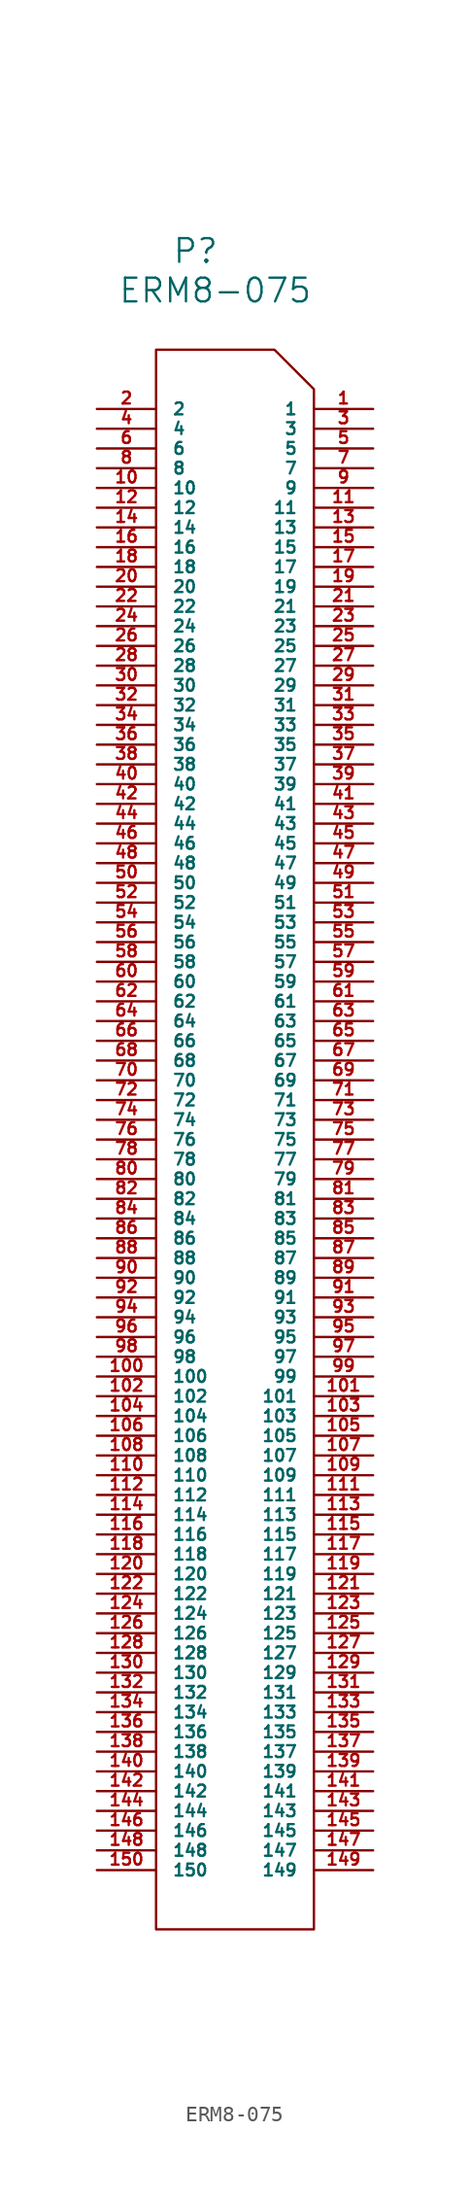
<source format=kicad_sym>
(kicad_symbol_lib
  (version 20211014)
  (generator kicad_symbol_editor)
  (symbol "ERM8-075"
    (pin_names
      (offset 1.016))
    (property "Reference" "P"
      (at -2.54 57.15 0)
      (effects (font (size 1.524 1.524))))
    (property "Value" "ERM8-075"
      (at -1.27 54.61 0)
      (effects (font (size 1.524 1.524))))
    (symbol "ERM8-075_0_1"
      (polyline (pts (xy -5.08 50.8) (xy 2.54 50.8) (xy 5.08 48.26) (xy 5.08 -50.8) (xy -5.08 -50.8) (xy -5.08 50.8)) (stroke (width 0) (type default) (color 0 0 0 0)) (fill (type none))))
    (symbol "ERM8-075_1_1"
      (pin input line (at 8.89 46.99 180) (length 3.81) (name "1" (effects (font (size 0.762 0.762)))) (number "1" (effects (font (size 0.762 0.762)))))
      (pin input line (at -8.89 41.91 0) (length 3.81) (name "10" (effects (font (size 0.762 0.762)))) (number "10" (effects (font (size 0.762 0.762)))))
      (pin input line (at -8.89 -15.24 0) (length 3.81) (name "100" (effects (font (size 0.762 0.762)))) (number "100" (effects (font (size 0.762 0.762)))))
      (pin input line (at 8.89 -16.51 180) (length 3.81) (name "101" (effects (font (size 0.762 0.762)))) (number "101" (effects (font (size 0.762 0.762)))))
      (pin input line (at -8.89 -16.51 0) (length 3.81) (name "102" (effects (font (size 0.762 0.762)))) (number "102" (effects (font (size 0.762 0.762)))))
      (pin input line (at 8.89 -17.78 180) (length 3.81) (name "103" (effects (font (size 0.762 0.762)))) (number "103" (effects (font (size 0.762 0.762)))))
      (pin input line (at -8.89 -17.78 0) (length 3.81) (name "104" (effects (font (size 0.762 0.762)))) (number "104" (effects (font (size 0.762 0.762)))))
      (pin input line (at 8.89 -19.05 180) (length 3.81) (name "105" (effects (font (size 0.762 0.762)))) (number "105" (effects (font (size 0.762 0.762)))))
      (pin input line (at -8.89 -19.05 0) (length 3.81) (name "106" (effects (font (size 0.762 0.762)))) (number "106" (effects (font (size 0.762 0.762)))))
      (pin input line (at 8.89 -20.32 180) (length 3.81) (name "107" (effects (font (size 0.762 0.762)))) (number "107" (effects (font (size 0.762 0.762)))))
      (pin input line (at -8.89 -20.32 0) (length 3.81) (name "108" (effects (font (size 0.762 0.762)))) (number "108" (effects (font (size 0.762 0.762)))))
      (pin input line (at 8.89 -21.59 180) (length 3.81) (name "109" (effects (font (size 0.762 0.762)))) (number "109" (effects (font (size 0.762 0.762)))))
      (pin input line (at 8.89 40.64 180) (length 3.81) (name "11" (effects (font (size 0.762 0.762)))) (number "11" (effects (font (size 0.762 0.762)))))
      (pin input line (at -8.89 -21.59 0) (length 3.81) (name "110" (effects (font (size 0.762 0.762)))) (number "110" (effects (font (size 0.762 0.762)))))
      (pin input line (at 8.89 -22.86 180) (length 3.81) (name "111" (effects (font (size 0.762 0.762)))) (number "111" (effects (font (size 0.762 0.762)))))
      (pin input line (at -8.89 -22.86 0) (length 3.81) (name "112" (effects (font (size 0.762 0.762)))) (number "112" (effects (font (size 0.762 0.762)))))
      (pin input line (at 8.89 -24.13 180) (length 3.81) (name "113" (effects (font (size 0.762 0.762)))) (number "113" (effects (font (size 0.762 0.762)))))
      (pin input line (at -8.89 -24.13 0) (length 3.81) (name "114" (effects (font (size 0.762 0.762)))) (number "114" (effects (font (size 0.762 0.762)))))
      (pin input line (at 8.89 -25.4 180) (length 3.81) (name "115" (effects (font (size 0.762 0.762)))) (number "115" (effects (font (size 0.762 0.762)))))
      (pin input line (at -8.89 -25.4 0) (length 3.81) (name "116" (effects (font (size 0.762 0.762)))) (number "116" (effects (font (size 0.762 0.762)))))
      (pin input line (at 8.89 -26.67 180) (length 3.81) (name "117" (effects (font (size 0.762 0.762)))) (number "117" (effects (font (size 0.762 0.762)))))
      (pin input line (at -8.89 -26.67 0) (length 3.81) (name "118" (effects (font (size 0.762 0.762)))) (number "118" (effects (font (size 0.762 0.762)))))
      (pin input line (at 8.89 -27.94 180) (length 3.81) (name "119" (effects (font (size 0.762 0.762)))) (number "119" (effects (font (size 0.762 0.762)))))
      (pin input line (at -8.89 40.64 0) (length 3.81) (name "12" (effects (font (size 0.762 0.762)))) (number "12" (effects (font (size 0.762 0.762)))))
      (pin input line (at -8.89 -27.94 0) (length 3.81) (name "120" (effects (font (size 0.762 0.762)))) (number "120" (effects (font (size 0.762 0.762)))))
      (pin input line (at 8.89 -29.21 180) (length 3.81) (name "121" (effects (font (size 0.762 0.762)))) (number "121" (effects (font (size 0.762 0.762)))))
      (pin input line (at -8.89 -29.21 0) (length 3.81) (name "122" (effects (font (size 0.762 0.762)))) (number "122" (effects (font (size 0.762 0.762)))))
      (pin input line (at 8.89 -30.48 180) (length 3.81) (name "123" (effects (font (size 0.762 0.762)))) (number "123" (effects (font (size 0.762 0.762)))))
      (pin input line (at -8.89 -30.48 0) (length 3.81) (name "124" (effects (font (size 0.762 0.762)))) (number "124" (effects (font (size 0.762 0.762)))))
      (pin input line (at 8.89 -31.75 180) (length 3.81) (name "125" (effects (font (size 0.762 0.762)))) (number "125" (effects (font (size 0.762 0.762)))))
      (pin input line (at -8.89 -31.75 0) (length 3.81) (name "126" (effects (font (size 0.762 0.762)))) (number "126" (effects (font (size 0.762 0.762)))))
      (pin input line (at 8.89 -33.02 180) (length 3.81) (name "127" (effects (font (size 0.762 0.762)))) (number "127" (effects (font (size 0.762 0.762)))))
      (pin input line (at -8.89 -33.02 0) (length 3.81) (name "128" (effects (font (size 0.762 0.762)))) (number "128" (effects (font (size 0.762 0.762)))))
      (pin input line (at 8.89 -34.29 180) (length 3.81) (name "129" (effects (font (size 0.762 0.762)))) (number "129" (effects (font (size 0.762 0.762)))))
      (pin input line (at 8.89 39.37 180) (length 3.81) (name "13" (effects (font (size 0.762 0.762)))) (number "13" (effects (font (size 0.762 0.762)))))
      (pin input line (at -8.89 -34.29 0) (length 3.81) (name "130" (effects (font (size 0.762 0.762)))) (number "130" (effects (font (size 0.762 0.762)))))
      (pin input line (at 8.89 -35.56 180) (length 3.81) (name "131" (effects (font (size 0.762 0.762)))) (number "131" (effects (font (size 0.762 0.762)))))
      (pin input line (at -8.89 -35.56 0) (length 3.81) (name "132" (effects (font (size 0.762 0.762)))) (number "132" (effects (font (size 0.762 0.762)))))
      (pin input line (at 8.89 -36.83 180) (length 3.81) (name "133" (effects (font (size 0.762 0.762)))) (number "133" (effects (font (size 0.762 0.762)))))
      (pin input line (at -8.89 -36.83 0) (length 3.81) (name "134" (effects (font (size 0.762 0.762)))) (number "134" (effects (font (size 0.762 0.762)))))
      (pin input line (at 8.89 -38.1 180) (length 3.81) (name "135" (effects (font (size 0.762 0.762)))) (number "135" (effects (font (size 0.762 0.762)))))
      (pin input line (at -8.89 -38.1 0) (length 3.81) (name "136" (effects (font (size 0.762 0.762)))) (number "136" (effects (font (size 0.762 0.762)))))
      (pin input line (at 8.89 -39.37 180) (length 3.81) (name "137" (effects (font (size 0.762 0.762)))) (number "137" (effects (font (size 0.762 0.762)))))
      (pin input line (at -8.89 -39.37 0) (length 3.81) (name "138" (effects (font (size 0.762 0.762)))) (number "138" (effects (font (size 0.762 0.762)))))
      (pin input line (at 8.89 -40.64 180) (length 3.81) (name "139" (effects (font (size 0.762 0.762)))) (number "139" (effects (font (size 0.762 0.762)))))
      (pin input line (at -8.89 39.37 0) (length 3.81) (name "14" (effects (font (size 0.762 0.762)))) (number "14" (effects (font (size 0.762 0.762)))))
      (pin input line (at -8.89 -40.64 0) (length 3.81) (name "140" (effects (font (size 0.762 0.762)))) (number "140" (effects (font (size 0.762 0.762)))))
      (pin input line (at 8.89 -41.91 180) (length 3.81) (name "141" (effects (font (size 0.762 0.762)))) (number "141" (effects (font (size 0.762 0.762)))))
      (pin input line (at -8.89 -41.91 0) (length 3.81) (name "142" (effects (font (size 0.762 0.762)))) (number "142" (effects (font (size 0.762 0.762)))))
      (pin input line (at 8.89 -43.18 180) (length 3.81) (name "143" (effects (font (size 0.762 0.762)))) (number "143" (effects (font (size 0.762 0.762)))))
      (pin input line (at -8.89 -43.18 0) (length 3.81) (name "144" (effects (font (size 0.762 0.762)))) (number "144" (effects (font (size 0.762 0.762)))))
      (pin input line (at 8.89 -44.45 180) (length 3.81) (name "145" (effects (font (size 0.762 0.762)))) (number "145" (effects (font (size 0.762 0.762)))))
      (pin input line (at -8.89 -44.45 0) (length 3.81) (name "146" (effects (font (size 0.762 0.762)))) (number "146" (effects (font (size 0.762 0.762)))))
      (pin input line (at 8.89 -45.72 180) (length 3.81) (name "147" (effects (font (size 0.762 0.762)))) (number "147" (effects (font (size 0.762 0.762)))))
      (pin input line (at -8.89 -45.72 0) (length 3.81) (name "148" (effects (font (size 0.762 0.762)))) (number "148" (effects (font (size 0.762 0.762)))))
      (pin input line (at 8.89 -46.99 180) (length 3.81) (name "149" (effects (font (size 0.762 0.762)))) (number "149" (effects (font (size 0.762 0.762)))))
      (pin input line (at 8.89 38.1 180) (length 3.81) (name "15" (effects (font (size 0.762 0.762)))) (number "15" (effects (font (size 0.762 0.762)))))
      (pin input line (at -8.89 -46.99 0) (length 3.81) (name "150" (effects (font (size 0.762 0.762)))) (number "150" (effects (font (size 0.762 0.762)))))
      (pin input line (at -8.89 38.1 0) (length 3.81) (name "16" (effects (font (size 0.762 0.762)))) (number "16" (effects (font (size 0.762 0.762)))))
      (pin input line (at 8.89 36.83 180) (length 3.81) (name "17" (effects (font (size 0.762 0.762)))) (number "17" (effects (font (size 0.762 0.762)))))
      (pin input line (at -8.89 36.83 0) (length 3.81) (name "18" (effects (font (size 0.762 0.762)))) (number "18" (effects (font (size 0.762 0.762)))))
      (pin input line (at 8.89 35.56 180) (length 3.81) (name "19" (effects (font (size 0.762 0.762)))) (number "19" (effects (font (size 0.762 0.762)))))
      (pin input line (at -8.89 46.99 0) (length 3.81) (name "2" (effects (font (size 0.762 0.762)))) (number "2" (effects (font (size 0.762 0.762)))))
      (pin input line (at -8.89 35.56 0) (length 3.81) (name "20" (effects (font (size 0.762 0.762)))) (number "20" (effects (font (size 0.762 0.762)))))
      (pin input line (at 8.89 34.29 180) (length 3.81) (name "21" (effects (font (size 0.762 0.762)))) (number "21" (effects (font (size 0.762 0.762)))))
      (pin input line (at -8.89 34.29 0) (length 3.81) (name "22" (effects (font (size 0.762 0.762)))) (number "22" (effects (font (size 0.762 0.762)))))
      (pin input line (at 8.89 33.02 180) (length 3.81) (name "23" (effects (font (size 0.762 0.762)))) (number "23" (effects (font (size 0.762 0.762)))))
      (pin input line (at -8.89 33.02 0) (length 3.81) (name "24" (effects (font (size 0.762 0.762)))) (number "24" (effects (font (size 0.762 0.762)))))
      (pin input line (at 8.89 31.75 180) (length 3.81) (name "25" (effects (font (size 0.762 0.762)))) (number "25" (effects (font (size 0.762 0.762)))))
      (pin input line (at -8.89 31.75 0) (length 3.81) (name "26" (effects (font (size 0.762 0.762)))) (number "26" (effects (font (size 0.762 0.762)))))
      (pin input line (at 8.89 30.48 180) (length 3.81) (name "27" (effects (font (size 0.762 0.762)))) (number "27" (effects (font (size 0.762 0.762)))))
      (pin input line (at -8.89 30.48 0) (length 3.81) (name "28" (effects (font (size 0.762 0.762)))) (number "28" (effects (font (size 0.762 0.762)))))
      (pin input line (at 8.89 29.21 180) (length 3.81) (name "29" (effects (font (size 0.762 0.762)))) (number "29" (effects (font (size 0.762 0.762)))))
      (pin input line (at 8.89 45.72 180) (length 3.81) (name "3" (effects (font (size 0.762 0.762)))) (number "3" (effects (font (size 0.762 0.762)))))
      (pin input line (at -8.89 29.21 0) (length 3.81) (name "30" (effects (font (size 0.762 0.762)))) (number "30" (effects (font (size 0.762 0.762)))))
      (pin input line (at 8.89 27.94 180) (length 3.81) (name "31" (effects (font (size 0.762 0.762)))) (number "31" (effects (font (size 0.762 0.762)))))
      (pin input line (at -8.89 27.94 0) (length 3.81) (name "32" (effects (font (size 0.762 0.762)))) (number "32" (effects (font (size 0.762 0.762)))))
      (pin input line (at 8.89 26.67 180) (length 3.81) (name "33" (effects (font (size 0.762 0.762)))) (number "33" (effects (font (size 0.762 0.762)))))
      (pin input line (at -8.89 26.67 0) (length 3.81) (name "34" (effects (font (size 0.762 0.762)))) (number "34" (effects (font (size 0.762 0.762)))))
      (pin input line (at 8.89 25.4 180) (length 3.81) (name "35" (effects (font (size 0.762 0.762)))) (number "35" (effects (font (size 0.762 0.762)))))
      (pin input line (at -8.89 25.4 0) (length 3.81) (name "36" (effects (font (size 0.762 0.762)))) (number "36" (effects (font (size 0.762 0.762)))))
      (pin input line (at 8.89 24.13 180) (length 3.81) (name "37" (effects (font (size 0.762 0.762)))) (number "37" (effects (font (size 0.762 0.762)))))
      (pin input line (at -8.89 24.13 0) (length 3.81) (name "38" (effects (font (size 0.762 0.762)))) (number "38" (effects (font (size 0.762 0.762)))))
      (pin input line (at 8.89 22.86 180) (length 3.81) (name "39" (effects (font (size 0.762 0.762)))) (number "39" (effects (font (size 0.762 0.762)))))
      (pin input line (at -8.89 45.72 0) (length 3.81) (name "4" (effects (font (size 0.762 0.762)))) (number "4" (effects (font (size 0.762 0.762)))))
      (pin input line (at -8.89 22.86 0) (length 3.81) (name "40" (effects (font (size 0.762 0.762)))) (number "40" (effects (font (size 0.762 0.762)))))
      (pin input line (at 8.89 21.59 180) (length 3.81) (name "41" (effects (font (size 0.762 0.762)))) (number "41" (effects (font (size 0.762 0.762)))))
      (pin input line (at -8.89 21.59 0) (length 3.81) (name "42" (effects (font (size 0.762 0.762)))) (number "42" (effects (font (size 0.762 0.762)))))
      (pin input line (at 8.89 20.32 180) (length 3.81) (name "43" (effects (font (size 0.762 0.762)))) (number "43" (effects (font (size 0.762 0.762)))))
      (pin input line (at -8.89 20.32 0) (length 3.81) (name "44" (effects (font (size 0.762 0.762)))) (number "44" (effects (font (size 0.762 0.762)))))
      (pin input line (at 8.89 19.05 180) (length 3.81) (name "45" (effects (font (size 0.762 0.762)))) (number "45" (effects (font (size 0.762 0.762)))))
      (pin input line (at -8.89 19.05 0) (length 3.81) (name "46" (effects (font (size 0.762 0.762)))) (number "46" (effects (font (size 0.762 0.762)))))
      (pin input line (at 8.89 17.78 180) (length 3.81) (name "47" (effects (font (size 0.762 0.762)))) (number "47" (effects (font (size 0.762 0.762)))))
      (pin input line (at -8.89 17.78 0) (length 3.81) (name "48" (effects (font (size 0.762 0.762)))) (number "48" (effects (font (size 0.762 0.762)))))
      (pin input line (at 8.89 16.51 180) (length 3.81) (name "49" (effects (font (size 0.762 0.762)))) (number "49" (effects (font (size 0.762 0.762)))))
      (pin input line (at 8.89 44.45 180) (length 3.81) (name "5" (effects (font (size 0.762 0.762)))) (number "5" (effects (font (size 0.762 0.762)))))
      (pin input line (at -8.89 16.51 0) (length 3.81) (name "50" (effects (font (size 0.762 0.762)))) (number "50" (effects (font (size 0.762 0.762)))))
      (pin input line (at 8.89 15.24 180) (length 3.81) (name "51" (effects (font (size 0.762 0.762)))) (number "51" (effects (font (size 0.762 0.762)))))
      (pin input line (at -8.89 15.24 0) (length 3.81) (name "52" (effects (font (size 0.762 0.762)))) (number "52" (effects (font (size 0.762 0.762)))))
      (pin input line (at 8.89 13.97 180) (length 3.81) (name "53" (effects (font (size 0.762 0.762)))) (number "53" (effects (font (size 0.762 0.762)))))
      (pin input line (at -8.89 13.97 0) (length 3.81) (name "54" (effects (font (size 0.762 0.762)))) (number "54" (effects (font (size 0.762 0.762)))))
      (pin input line (at 8.89 12.7 180) (length 3.81) (name "55" (effects (font (size 0.762 0.762)))) (number "55" (effects (font (size 0.762 0.762)))))
      (pin input line (at -8.89 12.7 0) (length 3.81) (name "56" (effects (font (size 0.762 0.762)))) (number "56" (effects (font (size 0.762 0.762)))))
      (pin input line (at 8.89 11.43 180) (length 3.81) (name "57" (effects (font (size 0.762 0.762)))) (number "57" (effects (font (size 0.762 0.762)))))
      (pin input line (at -8.89 11.43 0) (length 3.81) (name "58" (effects (font (size 0.762 0.762)))) (number "58" (effects (font (size 0.762 0.762)))))
      (pin input line (at 8.89 10.16 180) (length 3.81) (name "59" (effects (font (size 0.762 0.762)))) (number "59" (effects (font (size 0.762 0.762)))))
      (pin input line (at -8.89 44.45 0) (length 3.81) (name "6" (effects (font (size 0.762 0.762)))) (number "6" (effects (font (size 0.762 0.762)))))
      (pin input line (at -8.89 10.16 0) (length 3.81) (name "60" (effects (font (size 0.762 0.762)))) (number "60" (effects (font (size 0.762 0.762)))))
      (pin input line (at 8.89 8.89 180) (length 3.81) (name "61" (effects (font (size 0.762 0.762)))) (number "61" (effects (font (size 0.762 0.762)))))
      (pin input line (at -8.89 8.89 0) (length 3.81) (name "62" (effects (font (size 0.762 0.762)))) (number "62" (effects (font (size 0.762 0.762)))))
      (pin input line (at 8.89 7.62 180) (length 3.81) (name "63" (effects (font (size 0.762 0.762)))) (number "63" (effects (font (size 0.762 0.762)))))
      (pin input line (at -8.89 7.62 0) (length 3.81) (name "64" (effects (font (size 0.762 0.762)))) (number "64" (effects (font (size 0.762 0.762)))))
      (pin input line (at 8.89 6.35 180) (length 3.81) (name "65" (effects (font (size 0.762 0.762)))) (number "65" (effects (font (size 0.762 0.762)))))
      (pin input line (at -8.89 6.35 0) (length 3.81) (name "66" (effects (font (size 0.762 0.762)))) (number "66" (effects (font (size 0.762 0.762)))))
      (pin input line (at 8.89 5.08 180) (length 3.81) (name "67" (effects (font (size 0.762 0.762)))) (number "67" (effects (font (size 0.762 0.762)))))
      (pin input line (at -8.89 5.08 0) (length 3.81) (name "68" (effects (font (size 0.762 0.762)))) (number "68" (effects (font (size 0.762 0.762)))))
      (pin input line (at 8.89 3.81 180) (length 3.81) (name "69" (effects (font (size 0.762 0.762)))) (number "69" (effects (font (size 0.762 0.762)))))
      (pin input line (at 8.89 43.18 180) (length 3.81) (name "7" (effects (font (size 0.762 0.762)))) (number "7" (effects (font (size 0.762 0.762)))))
      (pin input line (at -8.89 3.81 0) (length 3.81) (name "70" (effects (font (size 0.762 0.762)))) (number "70" (effects (font (size 0.762 0.762)))))
      (pin input line (at 8.89 2.54 180) (length 3.81) (name "71" (effects (font (size 0.762 0.762)))) (number "71" (effects (font (size 0.762 0.762)))))
      (pin input line (at -8.89 2.54 0) (length 3.81) (name "72" (effects (font (size 0.762 0.762)))) (number "72" (effects (font (size 0.762 0.762)))))
      (pin input line (at 8.89 1.27 180) (length 3.81) (name "73" (effects (font (size 0.762 0.762)))) (number "73" (effects (font (size 0.762 0.762)))))
      (pin input line (at -8.89 1.27 0) (length 3.81) (name "74" (effects (font (size 0.762 0.762)))) (number "74" (effects (font (size 0.762 0.762)))))
      (pin input line (at 8.89 0 180) (length 3.81) (name "75" (effects (font (size 0.762 0.762)))) (number "75" (effects (font (size 0.762 0.762)))))
      (pin input line (at -8.89 0 0) (length 3.81) (name "76" (effects (font (size 0.762 0.762)))) (number "76" (effects (font (size 0.762 0.762)))))
      (pin input line (at 8.89 -1.27 180) (length 3.81) (name "77" (effects (font (size 0.762 0.762)))) (number "77" (effects (font (size 0.762 0.762)))))
      (pin input line (at -8.89 -1.27 0) (length 3.81) (name "78" (effects (font (size 0.762 0.762)))) (number "78" (effects (font (size 0.762 0.762)))))
      (pin input line (at 8.89 -2.54 180) (length 3.81) (name "79" (effects (font (size 0.762 0.762)))) (number "79" (effects (font (size 0.762 0.762)))))
      (pin input line (at -8.89 43.18 0) (length 3.81) (name "8" (effects (font (size 0.762 0.762)))) (number "8" (effects (font (size 0.762 0.762)))))
      (pin input line (at -8.89 -2.54 0) (length 3.81) (name "80" (effects (font (size 0.762 0.762)))) (number "80" (effects (font (size 0.762 0.762)))))
      (pin input line (at 8.89 -3.81 180) (length 3.81) (name "81" (effects (font (size 0.762 0.762)))) (number "81" (effects (font (size 0.762 0.762)))))
      (pin input line (at -8.89 -3.81 0) (length 3.81) (name "82" (effects (font (size 0.762 0.762)))) (number "82" (effects (font (size 0.762 0.762)))))
      (pin input line (at 8.89 -5.08 180) (length 3.81) (name "83" (effects (font (size 0.762 0.762)))) (number "83" (effects (font (size 0.762 0.762)))))
      (pin input line (at -8.89 -5.08 0) (length 3.81) (name "84" (effects (font (size 0.762 0.762)))) (number "84" (effects (font (size 0.762 0.762)))))
      (pin input line (at 8.89 -6.35 180) (length 3.81) (name "85" (effects (font (size 0.762 0.762)))) (number "85" (effects (font (size 0.762 0.762)))))
      (pin input line (at -8.89 -6.35 0) (length 3.81) (name "86" (effects (font (size 0.762 0.762)))) (number "86" (effects (font (size 0.762 0.762)))))
      (pin input line (at 8.89 -7.62 180) (length 3.81) (name "87" (effects (font (size 0.762 0.762)))) (number "87" (effects (font (size 0.762 0.762)))))
      (pin input line (at -8.89 -7.62 0) (length 3.81) (name "88" (effects (font (size 0.762 0.762)))) (number "88" (effects (font (size 0.762 0.762)))))
      (pin input line (at 8.89 -8.89 180) (length 3.81) (name "89" (effects (font (size 0.762 0.762)))) (number "89" (effects (font (size 0.762 0.762)))))
      (pin input line (at 8.89 41.91 180) (length 3.81) (name "9" (effects (font (size 0.762 0.762)))) (number "9" (effects (font (size 0.762 0.762)))))
      (pin input line (at -8.89 -8.89 0) (length 3.81) (name "90" (effects (font (size 0.762 0.762)))) (number "90" (effects (font (size 0.762 0.762)))))
      (pin input line (at 8.89 -10.16 180) (length 3.81) (name "91" (effects (font (size 0.762 0.762)))) (number "91" (effects (font (size 0.762 0.762)))))
      (pin input line (at -8.89 -10.16 0) (length 3.81) (name "92" (effects (font (size 0.762 0.762)))) (number "92" (effects (font (size 0.762 0.762)))))
      (pin input line (at 8.89 -11.43 180) (length 3.81) (name "93" (effects (font (size 0.762 0.762)))) (number "93" (effects (font (size 0.762 0.762)))))
      (pin input line (at -8.89 -11.43 0) (length 3.81) (name "94" (effects (font (size 0.762 0.762)))) (number "94" (effects (font (size 0.762 0.762)))))
      (pin input line (at 8.89 -12.7 180) (length 3.81) (name "95" (effects (font (size 0.762 0.762)))) (number "95" (effects (font (size 0.762 0.762)))))
      (pin input line (at -8.89 -12.7 0) (length 3.81) (name "96" (effects (font (size 0.762 0.762)))) (number "96" (effects (font (size 0.762 0.762)))))
      (pin input line (at 8.89 -13.97 180) (length 3.81) (name "97" (effects (font (size 0.762 0.762)))) (number "97" (effects (font (size 0.762 0.762)))))
      (pin input line (at -8.89 -13.97 0) (length 3.81) (name "98" (effects (font (size 0.762 0.762)))) (number "98" (effects (font (size 0.762 0.762)))))
      (pin input line (at 8.89 -15.24 180) (length 3.81) (name "99" (effects (font (size 0.762 0.762)))) (number "99" (effects (font (size 0.762 0.762))))))))
</source>
